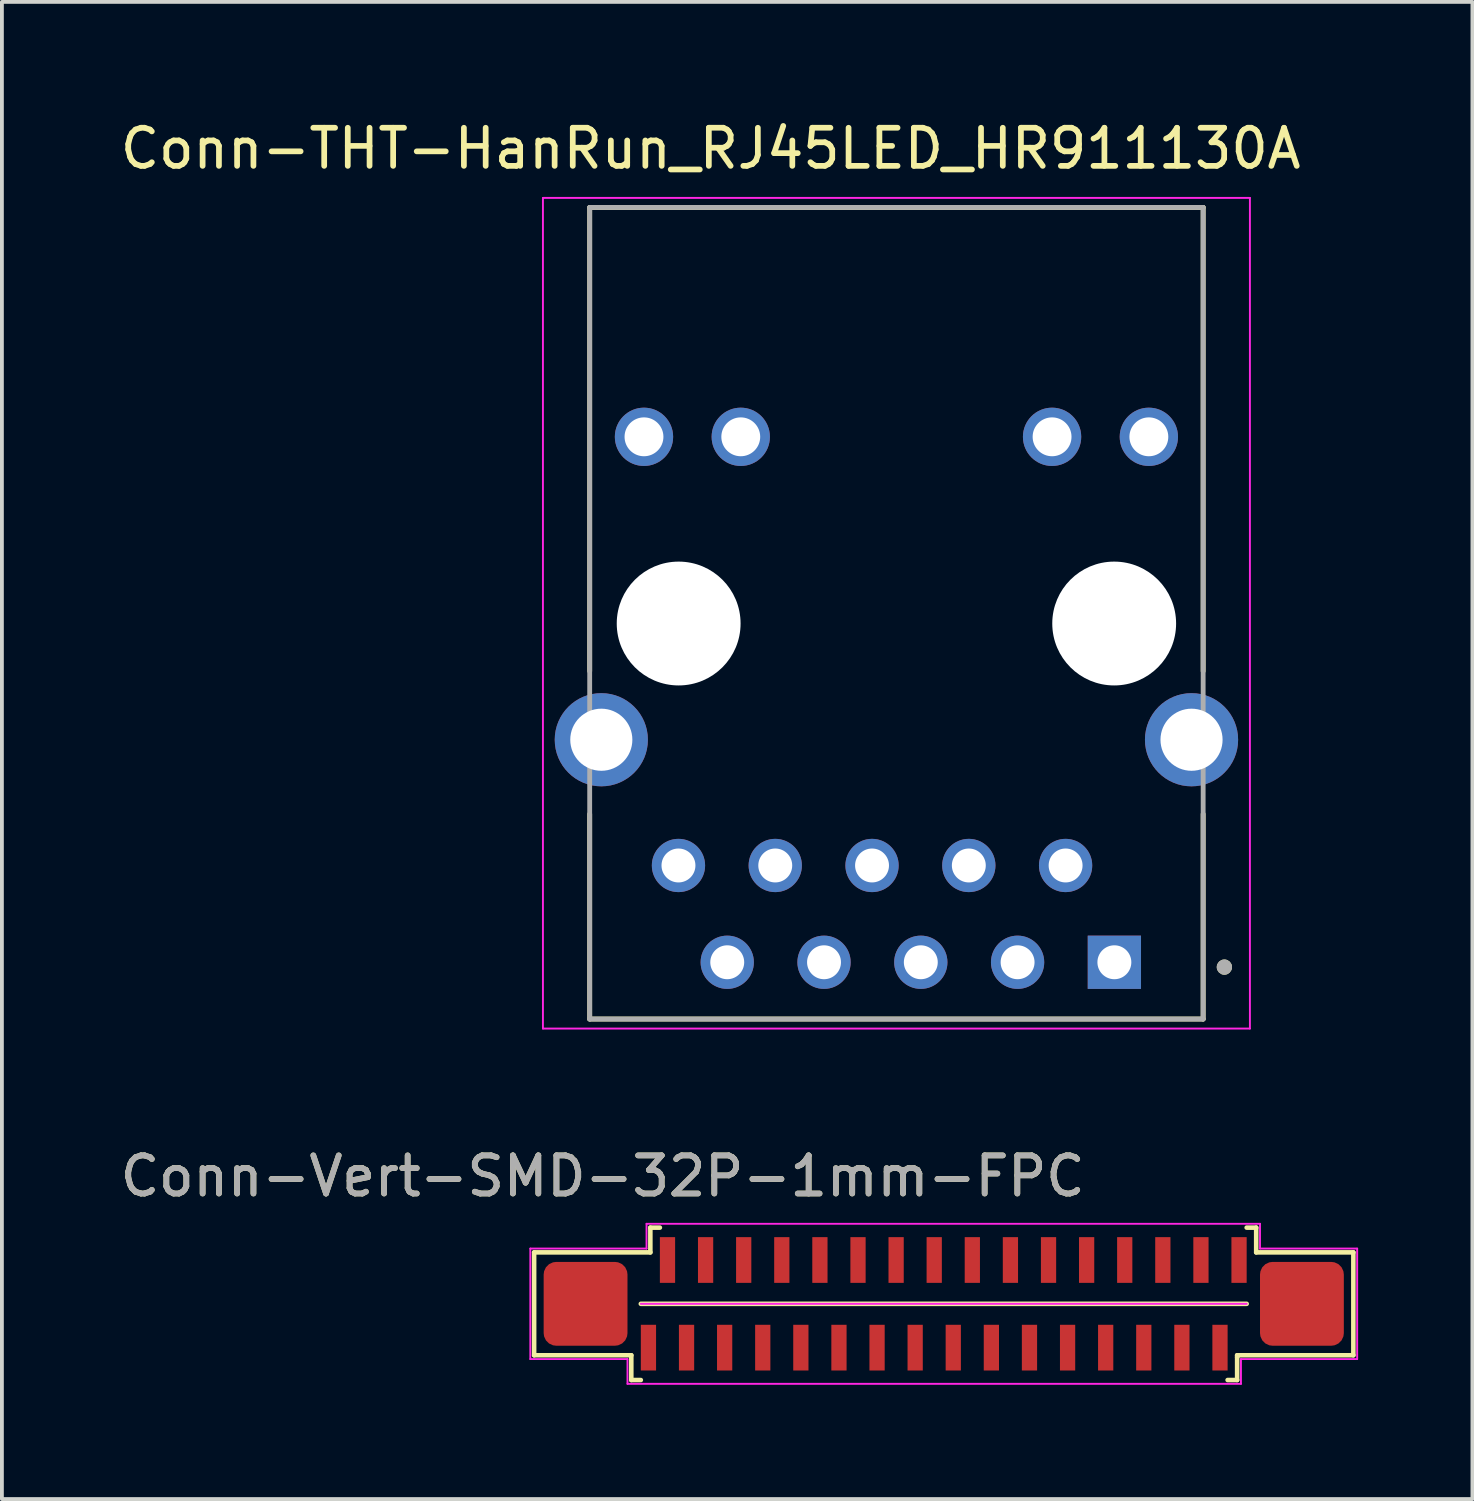
<source format=kicad_pcb>
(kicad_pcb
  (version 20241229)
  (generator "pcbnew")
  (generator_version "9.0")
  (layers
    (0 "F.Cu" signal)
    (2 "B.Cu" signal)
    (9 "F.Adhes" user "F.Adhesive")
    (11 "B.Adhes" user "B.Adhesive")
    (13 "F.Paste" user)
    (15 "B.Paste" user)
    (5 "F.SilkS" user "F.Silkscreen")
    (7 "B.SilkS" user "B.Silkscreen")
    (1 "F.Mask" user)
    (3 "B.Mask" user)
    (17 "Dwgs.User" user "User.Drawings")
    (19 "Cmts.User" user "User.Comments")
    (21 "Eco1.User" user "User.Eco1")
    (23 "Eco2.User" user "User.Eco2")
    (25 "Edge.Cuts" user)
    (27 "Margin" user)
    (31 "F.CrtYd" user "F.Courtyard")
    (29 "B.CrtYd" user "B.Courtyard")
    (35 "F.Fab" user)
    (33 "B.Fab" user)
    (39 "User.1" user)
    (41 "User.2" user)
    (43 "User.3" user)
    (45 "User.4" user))
  (footprint "Conn-THT-HanRun_RJ45LED_HR911130A"
    (layer "F.Cu")
    (at 20.476 13.314)
    (property "Reference" "Conn-THT-HanRun_RJ45LED_HR911130A" (at -4.875 -12.466 0) (layer "F.SilkS") (effects (font (size 1 1) (thickness 0.15))))
    (attr through_hole)
    (fp_line (start -8.05 1.25) (end -8.05 -10.92) (stroke (width 0.127) (type solid)) (layer "F.SilkS"))
    (fp_line (start -8.05 10.38) (end -8.05 5) (stroke (width 0.127) (type solid)) (layer "F.SilkS"))
    (fp_line (start -8.05 10.38) (end 8.05 10.38) (stroke (width 0.127) (type solid)) (layer "F.SilkS"))
    (fp_line (start 8.05 -10.92) (end -8.05 -10.92) (stroke (width 0.127) (type solid)) (layer "F.SilkS"))
    (fp_line (start 8.05 1.25) (end 8.05 -10.92) (stroke (width 0.127) (type solid)) (layer "F.SilkS"))
    (fp_line (start 8.05 10.38) (end 8.05 5) (stroke (width 0.127) (type solid)) (layer "F.SilkS"))
    (fp_circle (center 8.607 9.017) (end 8.707 9.017) (stroke (width 0.2) (type solid)) (fill no) (layer "F.SilkS"))
    (fp_line (start -9.277 -11.17) (end 9.277 -11.17) (stroke (width 0.05) (type solid)) (layer "F.CrtYd"))
    (fp_line (start -9.277 10.63) (end -9.277 -11.17) (stroke (width 0.05) (type solid)) (layer "F.CrtYd"))
    (fp_line (start 9.277 -11.17) (end 9.277 10.63) (stroke (width 0.05) (type solid)) (layer "F.CrtYd"))
    (fp_line (start 9.277 10.63) (end -9.277 10.63) (stroke (width 0.05) (type solid)) (layer "F.CrtYd"))
    (fp_line (start -8.05 -10.92) (end -8.05 10.38) (stroke (width 0.127) (type solid)) (layer "F.Fab"))
    (fp_line (start -8.05 10.38) (end 8.05 10.38) (stroke (width 0.127) (type solid)) (layer "F.Fab"))
    (fp_line (start 8.05 -10.92) (end -8.05 -10.92) (stroke (width 0.127) (type solid)) (layer "F.Fab"))
    (fp_line (start 8.05 10.38) (end 8.05 -10.92) (stroke (width 0.127) (type solid)) (layer "F.Fab"))
    (fp_circle (center 8.607 9.017) (end 8.707 9.017) (stroke (width 0.2) (type solid)) (fill no) (layer "F.Fab"))
    (pad "" np_thru_hole circle (at -5.715 0) (size 3.25 3.25) (drill 3.25) (layers "*.Cu" "*.Mask"))
    (pad "" np_thru_hole circle (at 5.715 0) (size 3.25 3.25) (drill 3.25) (layers "*.Cu" "*.Mask"))
    (pad "1" thru_hole rect (at 5.72 8.89) (size 1.398 1.398) (drill 0.89) (layers "*.Cu" "*.Mask"))
    (pad "2" thru_hole circle (at 4.44 6.35) (size 1.398 1.398) (drill 0.89) (layers "*.Cu" "*.Mask"))
    (pad "3" thru_hole circle (at 3.18 8.89) (size 1.398 1.398) (drill 0.89) (layers "*.Cu" "*.Mask"))
    (pad "4" thru_hole circle (at 1.9 6.35) (size 1.398 1.398) (drill 0.89) (layers "*.Cu" "*.Mask"))
    (pad "5" thru_hole circle (at 0.64 8.89) (size 1.398 1.398) (drill 0.89) (layers "*.Cu" "*.Mask"))
    (pad "6" thru_hole circle (at -0.64 6.35) (size 1.398 1.398) (drill 0.89) (layers "*.Cu" "*.Mask"))
    (pad "7" thru_hole circle (at -1.9 8.89) (size 1.398 1.398) (drill 0.89) (layers "*.Cu" "*.Mask"))
    (pad "8" thru_hole circle (at -3.18 6.35) (size 1.398 1.398) (drill 0.89) (layers "*.Cu" "*.Mask"))
    (pad "9" thru_hole circle (at -4.44 8.89) (size 1.398 1.398) (drill 0.89) (layers "*.Cu" "*.Mask"))
    (pad "10" thru_hole circle (at -5.72 6.35) (size 1.398 1.398) (drill 0.89) (layers "*.Cu" "*.Mask"))
    (pad "11" thru_hole circle (at 6.625 -4.9) (size 1.53 1.53) (drill 1.02) (layers "*.Cu" "*.Mask"))
    (pad "12" thru_hole circle (at 4.085 -4.9) (size 1.53 1.53) (drill 1.02) (layers "*.Cu" "*.Mask"))
    (pad "13" thru_hole circle (at -4.085 -4.9) (size 1.53 1.53) (drill 1.02) (layers "*.Cu" "*.Mask"))
    (pad "14" thru_hole circle (at -6.625 -4.9) (size 1.53 1.53) (drill 1.02) (layers "*.Cu" "*.Mask"))
    (pad "S1" thru_hole circle (at 7.745 3.05) (size 2.445 2.445) (drill 1.63) (layers "*.Cu" "*.Mask"))
    (pad "S2" thru_hole circle (at -7.745 3.05) (size 2.445 2.445) (drill 1.63) (layers "*.Cu" "*.Mask")))
  (footprint "Conn-Vert-SMD-32P-1mm-FPC"
    (layer "F.Cu")
    (at 13.968 32.318)
    (property "Reference" "Conn-Vert-SMD-32P-1mm-FPC" (at -1.2 -4.5 0) (unlocked yes) (layer "F.SilkS") (effects (font (size 1 1) (thickness 0.15))))
    (attr smd)
    (fp_line (start -3 -2.5) (end 0.05 -2.5) (stroke (width 0.12) (type solid)) (layer "F.SilkS"))
    (fp_line (start -3 0.2) (end -3 -2.5) (stroke (width 0.12) (type solid)) (layer "F.SilkS"))
    (fp_line (start -0.45 0.2) (end -3 0.2) (stroke (width 0.12) (type solid)) (layer "F.SilkS"))
    (fp_line (start -0.45 0.85) (end -0.45 0.2) (stroke (width 0.12) (type solid)) (layer "F.SilkS"))
    (fp_line (start -0.45 0.85) (end -0.2 0.85) (stroke (width 0.12) (type solid)) (layer "F.SilkS"))
    (fp_line (start -0.2 -1.15) (end 15.7 -1.15) (stroke (width 0.12) (type solid)) (layer "F.SilkS"))
    (fp_line (start 0.05 -3.15) (end 0.3 -3.15) (stroke (width 0.12) (type solid)) (layer "F.SilkS"))
    (fp_line (start 0.05 -2.5) (end 0.05 -3.15) (stroke (width 0.12) (type solid)) (layer "F.SilkS"))
    (fp_line (start 15.45 0.2) (end 18.5 0.2) (stroke (width 0.12) (type solid)) (layer "F.SilkS"))
    (fp_line (start 15.45 0.25) (end 15.45 0.2) (stroke (width 0.12) (type solid)) (layer "F.SilkS"))
    (fp_line (start 15.45 0.85) (end 15.2 0.85) (stroke (width 0.12) (type solid)) (layer "F.SilkS"))
    (fp_line (start 15.45 0.85) (end 15.45 0.25) (stroke (width 0.12) (type solid)) (layer "F.SilkS"))
    (fp_line (start 15.95 -3.15) (end 15.7 -3.15) (stroke (width 0.12) (type solid)) (layer "F.SilkS"))
    (fp_line (start 15.95 -2.5) (end 15.95 -3.15) (stroke (width 0.12) (type solid)) (layer "F.SilkS"))
    (fp_line (start 18.5 -2.5) (end 15.95 -2.5) (stroke (width 0.12) (type solid)) (layer "F.SilkS"))
    (fp_line (start 18.5 0.2) (end 18.5 -2.5) (stroke (width 0.12) (type solid)) (layer "F.SilkS"))
    (fp_line (start -3.1 -2.6) (end -0.05 -2.6) (stroke (width 0.05) (type solid)) (layer "F.CrtYd"))
    (fp_line (start -3.1 0.3) (end -3.1 -2.6) (stroke (width 0.05) (type solid)) (layer "F.CrtYd"))
    (fp_line (start -0.55 0.3) (end -3.1 0.3) (stroke (width 0.05) (type solid)) (layer "F.CrtYd"))
    (fp_line (start -0.55 0.95) (end -0.55 0.3) (stroke (width 0.05) (type solid)) (layer "F.CrtYd"))
    (fp_line (start -0.2 -1.15) (end 15.7 -1.15) (stroke (width 0.05) (type solid)) (layer "F.CrtYd"))
    (fp_line (start -0.05 -3.25) (end 16.05 -3.25) (stroke (width 0.05) (type solid)) (layer "F.CrtYd"))
    (fp_line (start -0.05 -2.6) (end -0.05 -3.25) (stroke (width 0.05) (type solid)) (layer "F.CrtYd"))
    (fp_line (start 15.55 0.3) (end 15.55 0.95) (stroke (width 0.05) (type solid)) (layer "F.CrtYd"))
    (fp_line (start 15.55 0.95) (end -0.55 0.95) (stroke (width 0.05) (type solid)) (layer "F.CrtYd"))
    (fp_line (start 16.05 -3.25) (end 16.05 -2.6) (stroke (width 0.05) (type solid)) (layer "F.CrtYd"))
    (fp_line (start 16.05 -2.6) (end 18.6 -2.6) (stroke (width 0.05) (type solid)) (layer "F.CrtYd"))
    (fp_line (start 18.6 -2.6) (end 18.6 0.3) (stroke (width 0.05) (type solid)) (layer "F.CrtYd"))
    (fp_line (start 18.6 0.3) (end 15.55 0.3) (stroke (width 0.05) (type solid)) (layer "F.CrtYd"))
    (fp_text user "${REFERENCE}" (at -1.2 -4.5 0) (unlocked yes) (layer "F.Fab") (effects (font (size 1 1) (thickness 0.15))))
    (pad "1" smd rect (at 0 0 90) (size 1.2 0.4) (layers "F.Cu" "F.Mask" "F.Paste"))
    (pad "2" smd rect (at 0.5 -2.3 90) (size 1.2 0.4) (layers "F.Cu" "F.Mask" "F.Paste"))
    (pad "3" smd rect (at 1 0 90) (size 1.2 0.4) (layers "F.Cu" "F.Mask" "F.Paste"))
    (pad "4" smd rect (at 1.5 -2.3 90) (size 1.2 0.4) (layers "F.Cu" "F.Mask" "F.Paste"))
    (pad "5" smd rect (at 2 0 90) (size 1.2 0.4) (layers "F.Cu" "F.Mask" "F.Paste"))
    (pad "6" smd rect (at 2.5 -2.3 90) (size 1.2 0.4) (layers "F.Cu" "F.Mask" "F.Paste"))
    (pad "7" smd rect (at 3 0 90) (size 1.2 0.4) (layers "F.Cu" "F.Mask" "F.Paste"))
    (pad "8" smd rect (at 3.5 -2.3 90) (size 1.2 0.4) (layers "F.Cu" "F.Mask" "F.Paste"))
    (pad "9" smd rect (at 4 0 90) (size 1.2 0.4) (layers "F.Cu" "F.Mask" "F.Paste"))
    (pad "10" smd rect (at 4.5 -2.3 90) (size 1.2 0.4) (layers "F.Cu" "F.Mask" "F.Paste"))
    (pad "11" smd rect (at 5 0 90) (size 1.2 0.4) (layers "F.Cu" "F.Mask" "F.Paste"))
    (pad "12" smd rect (at 5.5 -2.3 90) (size 1.2 0.4) (layers "F.Cu" "F.Mask" "F.Paste"))
    (pad "13" smd rect (at 6 0 90) (size 1.2 0.4) (layers "F.Cu" "F.Mask" "F.Paste"))
    (pad "14" smd rect (at 6.5 -2.3 90) (size 1.2 0.4) (layers "F.Cu" "F.Mask" "F.Paste"))
    (pad "15" smd rect (at 7 0 90) (size 1.2 0.4) (layers "F.Cu" "F.Mask" "F.Paste"))
    (pad "16" smd rect (at 7.5 -2.3 90) (size 1.2 0.4) (layers "F.Cu" "F.Mask" "F.Paste"))
    (pad "17" smd rect (at 8 0 90) (size 1.2 0.4) (layers "F.Cu" "F.Mask" "F.Paste"))
    (pad "18" smd rect (at 8.5 -2.3 90) (size 1.2 0.4) (layers "F.Cu" "F.Mask" "F.Paste"))
    (pad "19" smd rect (at 9 0 90) (size 1.2 0.4) (layers "F.Cu" "F.Mask" "F.Paste"))
    (pad "20" smd rect (at 9.5 -2.3 90) (size 1.2 0.4) (layers "F.Cu" "F.Mask" "F.Paste"))
    (pad "21" smd rect (at 10 0 90) (size 1.2 0.4) (layers "F.Cu" "F.Mask" "F.Paste"))
    (pad "22" smd rect (at 10.5 -2.3 90) (size 1.2 0.4) (layers "F.Cu" "F.Mask" "F.Paste"))
    (pad "23" smd rect (at 11 0 90) (size 1.2 0.4) (layers "F.Cu" "F.Mask" "F.Paste"))
    (pad "24" smd rect (at 11.5 -2.3 90) (size 1.2 0.4) (layers "F.Cu" "F.Mask" "F.Paste"))
    (pad "25" smd rect (at 12 0 90) (size 1.2 0.4) (layers "F.Cu" "F.Mask" "F.Paste"))
    (pad "26" smd rect (at 12.5 -2.3 90) (size 1.2 0.4) (layers "F.Cu" "F.Mask" "F.Paste"))
    (pad "27" smd rect (at 13 0 90) (size 1.2 0.4) (layers "F.Cu" "F.Mask" "F.Paste"))
    (pad "28" smd rect (at 13.5 -2.3 90) (size 1.2 0.4) (layers "F.Cu" "F.Mask" "F.Paste"))
    (pad "29" smd rect (at 14 0 90) (size 1.2 0.4) (layers "F.Cu" "F.Mask" "F.Paste"))
    (pad "30" smd rect (at 14.5 -2.3 90) (size 1.2 0.4) (layers "F.Cu" "F.Mask" "F.Paste"))
    (pad "31" smd rect (at 15 0 90) (size 1.2 0.4) (layers "F.Cu" "F.Mask" "F.Paste"))
    (pad "32" smd rect (at 15.5 -2.3 90) (size 1.2 0.4) (layers "F.Cu" "F.Mask" "F.Paste"))
    (pad "33" smd roundrect (at -1.65 -1.15 90) (size 2.2 2.2) (layers "F.Cu" "F.Mask" "F.Paste") (roundrect_rratio 0.15))
    (pad "34" smd roundrect (at 17.15 -1.15 90) (size 2.2 2.2) (layers "F.Cu" "F.Mask" "F.Paste") (roundrect_rratio 0.15)))
  (gr_rect
    (start -3 -3)
    (end 35.593 36.292)
    (stroke (width 0.1) (type default))
    (fill no)
    (layer "Edge.Cuts")))
</source>
